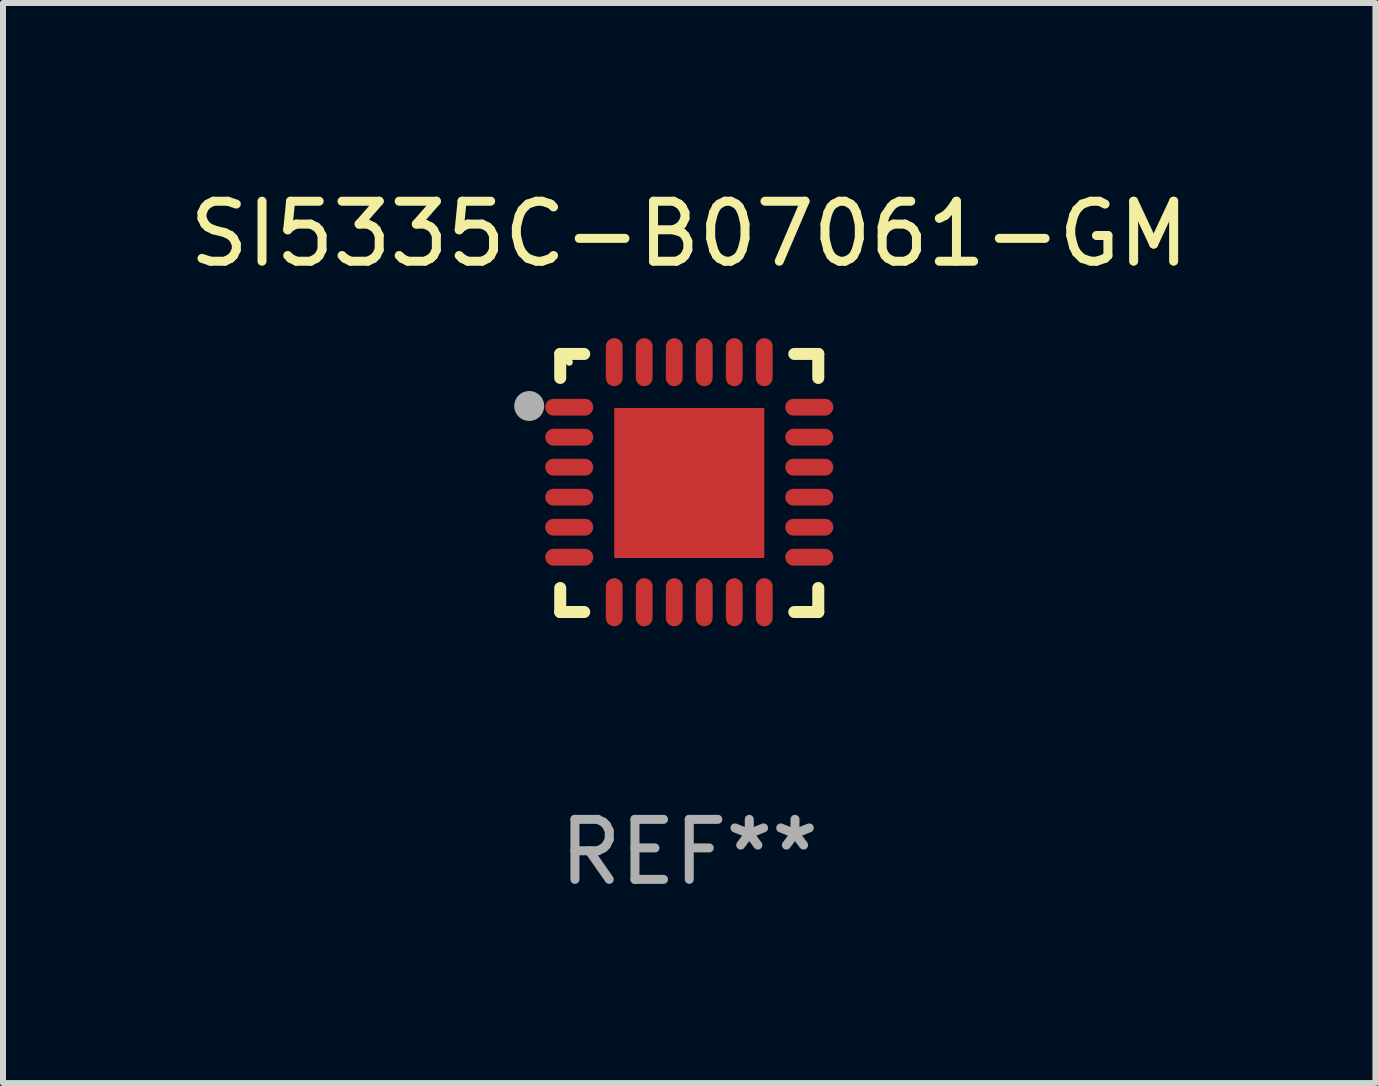
<source format=kicad_pcb>
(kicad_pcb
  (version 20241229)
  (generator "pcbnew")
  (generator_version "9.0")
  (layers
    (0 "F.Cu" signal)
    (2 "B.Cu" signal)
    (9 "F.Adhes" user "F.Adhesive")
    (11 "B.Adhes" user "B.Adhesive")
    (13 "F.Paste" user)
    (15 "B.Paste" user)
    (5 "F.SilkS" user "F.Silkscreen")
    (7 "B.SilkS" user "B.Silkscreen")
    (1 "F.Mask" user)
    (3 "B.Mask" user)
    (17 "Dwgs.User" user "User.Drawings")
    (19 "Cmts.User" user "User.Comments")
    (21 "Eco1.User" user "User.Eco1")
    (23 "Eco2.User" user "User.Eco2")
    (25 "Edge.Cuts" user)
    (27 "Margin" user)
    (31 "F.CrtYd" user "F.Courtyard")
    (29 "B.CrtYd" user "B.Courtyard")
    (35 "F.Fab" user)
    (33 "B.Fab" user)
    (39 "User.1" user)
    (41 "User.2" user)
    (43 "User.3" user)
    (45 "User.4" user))
  (footprint "SI5335C-B07061-GM"
    (layer "F.Cu")
    (at 8.435 4.998)
    (property "Reference" "SI5335C-B07061-GM" (at 0 -4.15 0) (layer "F.SilkS") (effects (font (size 1 1) (thickness 0.15))))
    (attr through_hole)
    (fp_line (start -2.15 -2.15) (end -1.75 -2.15) (stroke (width 0.2) (type solid)) (layer "F.SilkS"))
    (fp_line (start -2.15 -1.75) (end -2.15 -2.15) (stroke (width 0.2) (type solid)) (layer "F.SilkS"))
    (fp_line (start -2.15 2.15) (end -2.15 1.75) (stroke (width 0.2) (type solid)) (layer "F.SilkS"))
    (fp_line (start -1.75 2.15) (end -2.15 2.15) (stroke (width 0.2) (type solid)) (layer "F.SilkS"))
    (fp_line (start 1.75 -2.15) (end 2.15 -2.15) (stroke (width 0.2) (type solid)) (layer "F.SilkS"))
    (fp_line (start 1.75 2.15) (end 2.15 2.15) (stroke (width 0.2) (type solid)) (layer "F.SilkS"))
    (fp_line (start 2.15 -2.15) (end 2.15 -1.75) (stroke (width 0.2) (type solid)) (layer "F.SilkS"))
    (fp_line (start 2.15 2.15) (end 2.15 1.75) (stroke (width 0.2) (type solid)) (layer "F.SilkS"))
    (fp_circle (center -2 -2.013) (end -1.97 -2.013) (stroke (width 0.06) (type solid)) (fill no) (layer "F.SilkS"))
    (fp_circle (center -2.667 -1.283) (end -2.542 -1.283) (stroke (width 0.25) (type solid)) (fill no) (layer "F.Fab"))
    (fp_text user "REF**" (at 0 6.15 0) (layer "F.Fab") (effects (font (size 1 1) (thickness 0.15))))
    (pad "1" smd oval (at -2 -1.263) (size 0.8 0.28) (layers "F.Cu" "F.Mask" "F.Paste"))
    (pad "2" smd oval (at -2 -0.763) (size 0.8 0.28) (layers "F.Cu" "F.Mask" "F.Paste"))
    (pad "3" smd oval (at -2 -0.263) (size 0.8 0.28) (layers "F.Cu" "F.Mask" "F.Paste"))
    (pad "4" smd oval (at -2 0.237) (size 0.8 0.28) (layers "F.Cu" "F.Mask" "F.Paste"))
    (pad "5" smd oval (at -2 0.737) (size 0.8 0.28) (layers "F.Cu" "F.Mask" "F.Paste"))
    (pad "6" smd oval (at -2 1.237) (size 0.8 0.28) (layers "F.Cu" "F.Mask" "F.Paste"))
    (pad "7" smd oval (at -1.25 1.987) (size 0.28 0.8) (layers "F.Cu" "F.Mask" "F.Paste"))
    (pad "8" smd oval (at -0.75 1.987) (size 0.28 0.8) (layers "F.Cu" "F.Mask" "F.Paste"))
    (pad "9" smd oval (at -0.25 1.987) (size 0.28 0.8) (layers "F.Cu" "F.Mask" "F.Paste"))
    (pad "10" smd oval (at 0.25 1.987) (size 0.28 0.8) (layers "F.Cu" "F.Mask" "F.Paste"))
    (pad "11" smd oval (at 0.75 1.987) (size 0.28 0.8) (layers "F.Cu" "F.Mask" "F.Paste"))
    (pad "12" smd oval (at 1.25 1.987) (size 0.28 0.8) (layers "F.Cu" "F.Mask" "F.Paste"))
    (pad "13" smd oval (at 2 1.237) (size 0.8 0.28) (layers "F.Cu" "F.Mask" "F.Paste"))
    (pad "14" smd oval (at 2 0.737) (size 0.8 0.28) (layers "F.Cu" "F.Mask" "F.Paste"))
    (pad "15" smd oval (at 2 0.237) (size 0.8 0.28) (layers "F.Cu" "F.Mask" "F.Paste"))
    (pad "16" smd oval (at 2 -0.263) (size 0.8 0.28) (layers "F.Cu" "F.Mask" "F.Paste"))
    (pad "17" smd oval (at 2 -0.763) (size 0.8 0.28) (layers "F.Cu" "F.Mask" "F.Paste"))
    (pad "18" smd oval (at 2 -1.263) (size 0.8 0.28) (layers "F.Cu" "F.Mask" "F.Paste"))
    (pad "19" smd oval (at 1.25 -2.013) (size 0.28 0.8) (layers "F.Cu" "F.Mask" "F.Paste"))
    (pad "20" smd oval (at 0.75 -2.013) (size 0.28 0.8) (layers "F.Cu" "F.Mask" "F.Paste"))
    (pad "21" smd oval (at 0.25 -2.013) (size 0.28 0.8) (layers "F.Cu" "F.Mask" "F.Paste"))
    (pad "22" smd oval (at -0.25 -2.013) (size 0.28 0.8) (layers "F.Cu" "F.Mask" "F.Paste"))
    (pad "23" smd oval (at -0.75 -2.013) (size 0.28 0.8) (layers "F.Cu" "F.Mask" "F.Paste"))
    (pad "24" smd oval (at -1.25 -2.013) (size 0.28 0.8) (layers "F.Cu" "F.Mask" "F.Paste"))
    (pad "25" smd rect (at -0.000127 -0.00014) (size 2.5 2.5) (layers "F.Cu" "F.Mask" "F.Paste")))
  (gr_rect
    (start -3 -3)
    (end 19.869 14.997)
    (stroke (width 0.1) (type default))
    (fill no)
    (layer "Edge.Cuts")))
</source>
